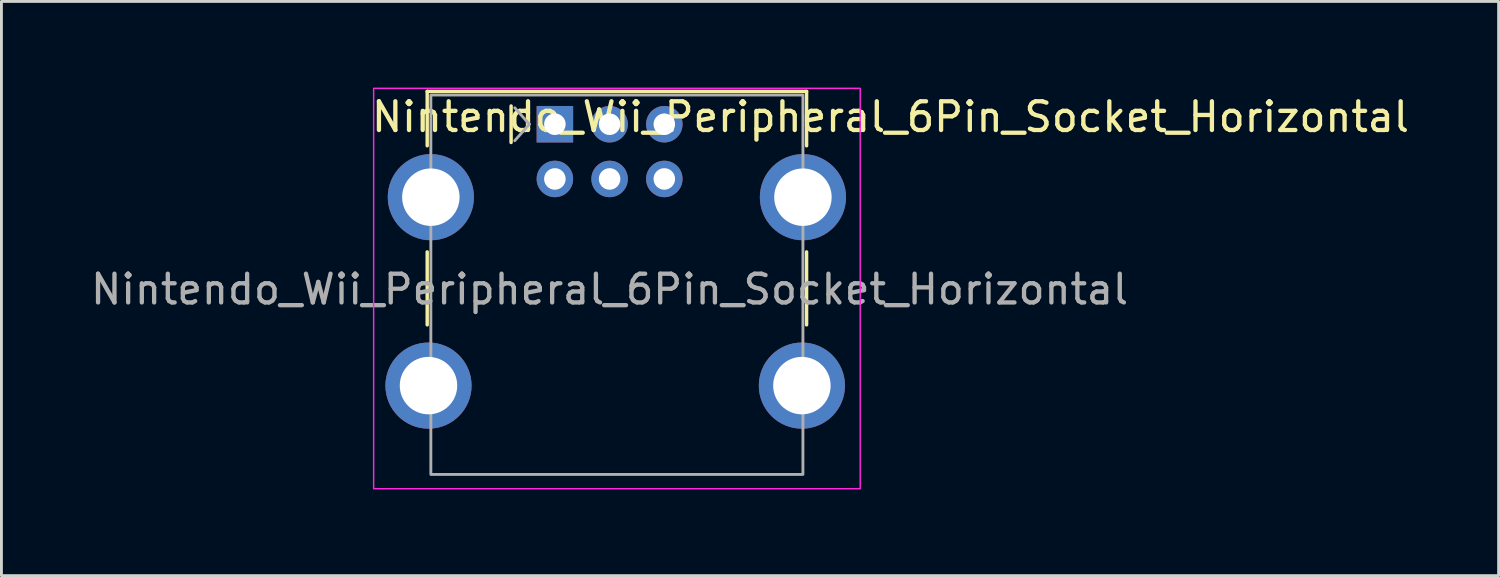
<source format=kicad_pcb>
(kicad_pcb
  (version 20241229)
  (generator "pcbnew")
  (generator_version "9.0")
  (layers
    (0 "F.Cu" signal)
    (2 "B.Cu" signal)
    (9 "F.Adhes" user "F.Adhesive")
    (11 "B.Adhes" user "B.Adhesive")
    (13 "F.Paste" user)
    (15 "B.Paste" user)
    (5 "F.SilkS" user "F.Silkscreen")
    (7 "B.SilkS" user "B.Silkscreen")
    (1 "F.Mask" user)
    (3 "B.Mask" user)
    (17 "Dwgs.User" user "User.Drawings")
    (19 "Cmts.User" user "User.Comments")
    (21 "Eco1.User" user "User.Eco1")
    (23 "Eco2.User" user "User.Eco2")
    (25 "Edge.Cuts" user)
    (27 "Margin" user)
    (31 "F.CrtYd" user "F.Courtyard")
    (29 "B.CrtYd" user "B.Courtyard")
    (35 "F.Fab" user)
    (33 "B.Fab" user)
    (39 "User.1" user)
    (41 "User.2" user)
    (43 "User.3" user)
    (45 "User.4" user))
  (footprint "Nintendo_Wii_Peripheral_6Pin_Socket_Horizontal"
    (layer "F.Cu")
    (at 16.268 1.275)
    (property "Reference" "Nintendo_Wii_Peripheral_6Pin_Socket_Horizontal" (at 11.684 -0.254 0) (layer "F.SilkS") (effects (font (size 1 1) (thickness 0.15))))
    (attr through_hole)
    (fp_line (start -4.445 -1.143) (end -4.445 0.75) (stroke (width 0.12) (type solid)) (layer "F.SilkS"))
    (fp_line (start -4.445 -1.143) (end 8.763 -1.143) (stroke (width 0.12) (type solid)) (layer "F.SilkS"))
    (fp_line (start -4.445 4.445) (end -4.445 6.985) (stroke (width 0.12) (type solid)) (layer "F.SilkS"))
    (fp_line (start -1.524 0.635) (end -1.524 -0.635) (stroke (width 0.12) (type default)) (layer "F.SilkS"))
    (fp_line (start 8.763 -1.143) (end 8.763 0.75) (stroke (width 0.12) (type solid)) (layer "F.SilkS"))
    (fp_line (start 8.763 4.445) (end 8.763 6.985) (stroke (width 0.12) (type solid)) (layer "F.SilkS"))
    (fp_rect (start -6.31 -1.25) (end 10.63 12.69) (stroke (width 0.05) (type default)) (fill no) (layer "F.CrtYd"))
    (fp_line (start -1.397 0.572) (end -0.889 0) (stroke (width 0.1) (type default)) (layer "F.Fab"))
    (fp_line (start -0.889 0) (end -1.397 -0.572) (stroke (width 0.1) (type default)) (layer "F.Fab"))
    (fp_rect (start -4.318 -1.016) (end 8.636 12.192) (stroke (width 0.1) (type default)) (fill no) (layer "F.Fab"))
    (fp_text user "${REFERENCE}" (at 1.905 6.334 0) (layer "F.Fab") (effects (font (size 1 1) (thickness 0.15)) (justify bottom)))
    (pad "1" thru_hole rect (at 0 0 180) (size 1.27 1.27) (drill 0.75) (layers "*.Cu" "*.Mask"))
    (pad "2" thru_hole circle (at 0 1.905 180) (size 1.27 1.27) (drill 0.75) (layers "*.Cu" "*.Mask"))
    (pad "3" thru_hole circle (at 1.905 0 180) (size 1.27 1.27) (drill 0.75) (layers "*.Cu" "*.Mask"))
    (pad "4" thru_hole circle (at 1.905 1.905 180) (size 1.27 1.27) (drill 0.75) (layers "*.Cu" "*.Mask"))
    (pad "5" thru_hole circle (at 3.81 0 180) (size 1.27 1.27) (drill 0.75) (layers "*.Cu" "*.Mask"))
    (pad "6" thru_hole circle (at 3.81 1.905 180) (size 1.27 1.27) (drill 0.75) (layers "*.Cu" "*.Mask"))
    (pad "SH" thru_hole circle (at -4.4 9.1 180) (size 3 3) (drill 2) (layers "*.Cu" "*.Mask"))
    (pad "SH" thru_hole circle (at -4.318 2.54 180) (size 3 3) (drill 2) (layers "*.Cu" "*.Mask"))
    (pad "SH" thru_hole circle (at 8.6 9.1 180) (size 3 3) (drill 2) (layers "*.Cu" "*.Mask"))
    (pad "SH" thru_hole circle (at 8.636 2.54 180) (size 3 3) (drill 2) (layers "*.Cu" "*.Mask"))
    (zone (net_name "") (layer "F.Cu") (hatch edge 0.5) (connect_pads) (min_thickness 0.25) (filled_areas_thickness no) (keepout (tracks not_allowed) (vias not_allowed) (pads allowed) (copperpour allowed) (footprints allowed)) (placement (enabled no)) (fill) (polygon (pts (xy 11.95 5.339) (xy 24.904 5.339) (xy 24.904 13.467) (xy 11.95 13.467)))))
  (gr_rect
    (start -3 -3)
    (end 49.124 16.99)
    (stroke (width 0.1) (type default))
    (fill no)
    (layer "Edge.Cuts")))
</source>
